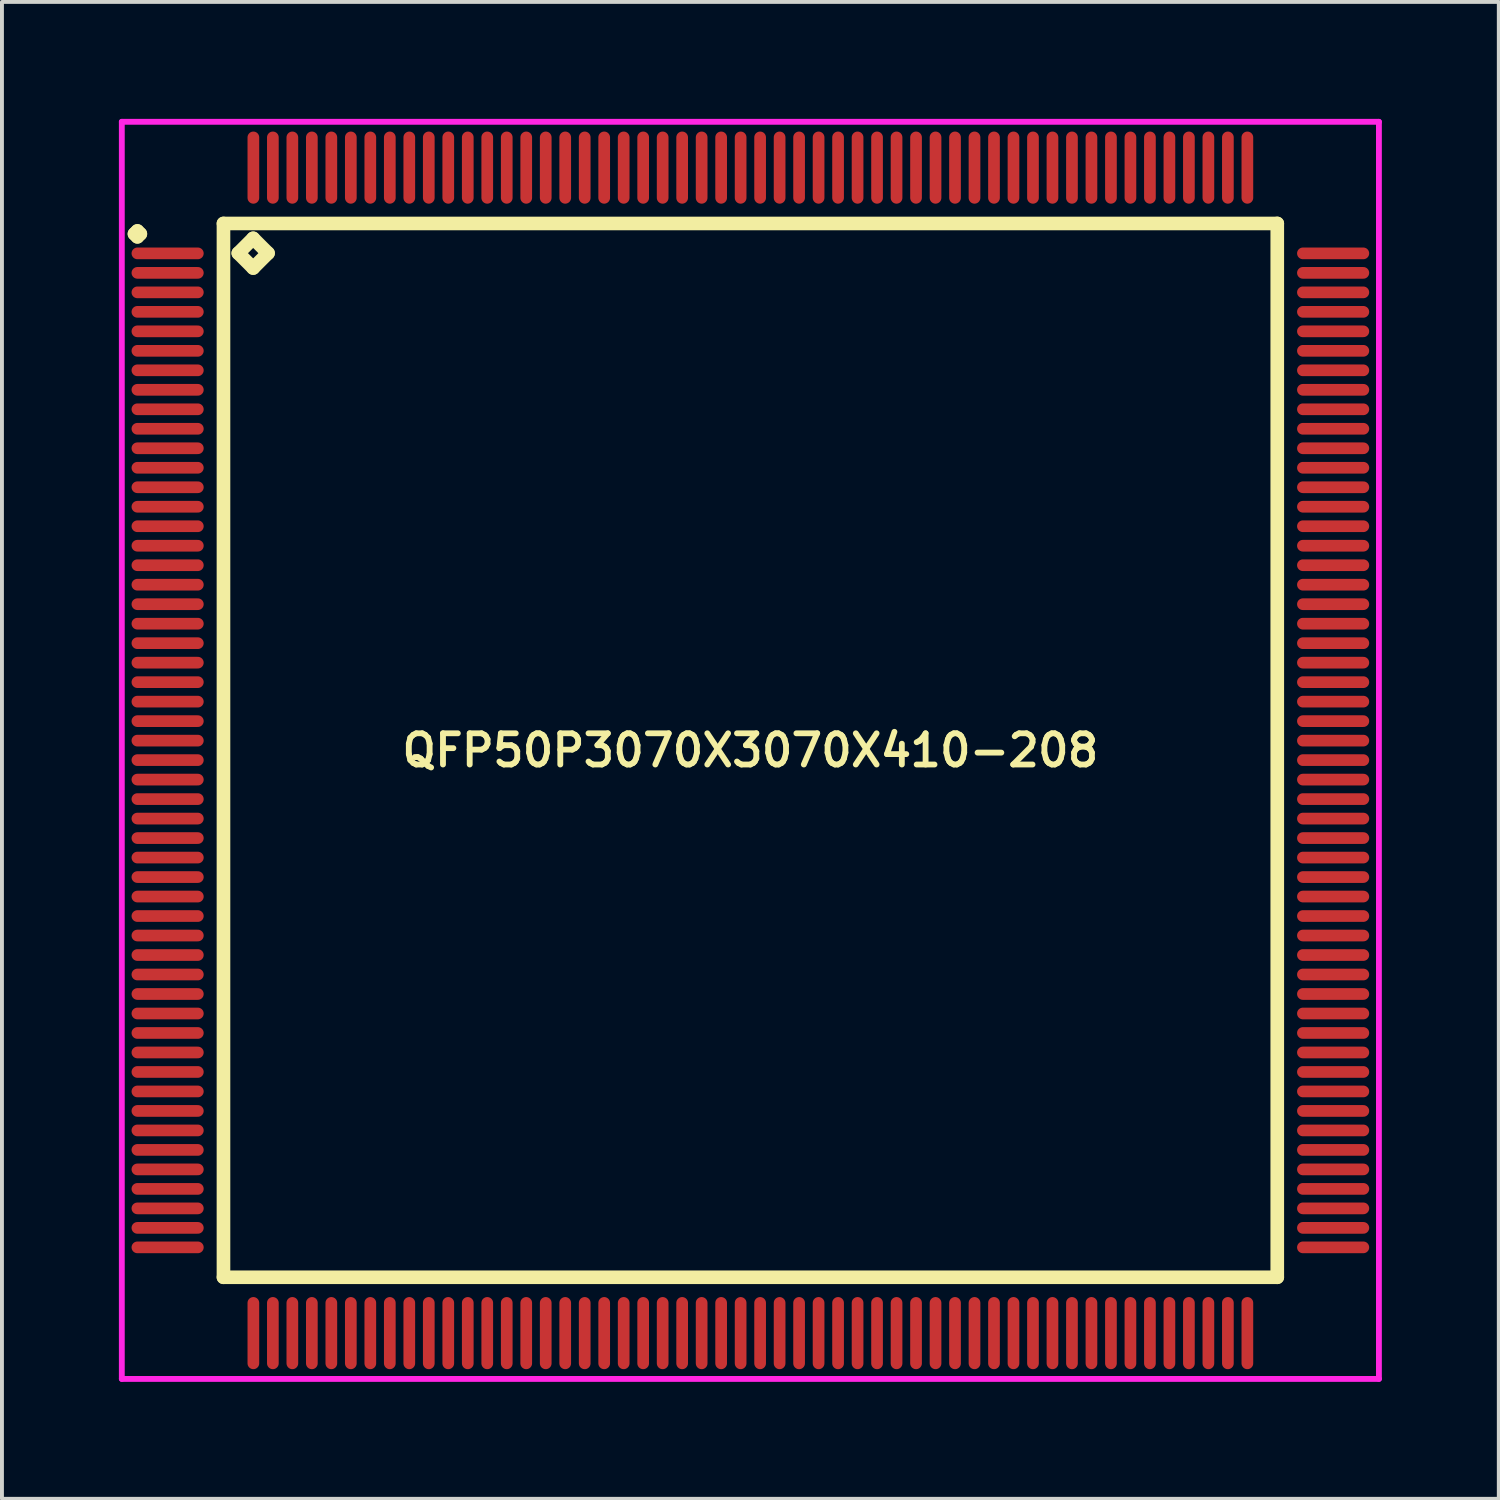
<source format=kicad_pcb>
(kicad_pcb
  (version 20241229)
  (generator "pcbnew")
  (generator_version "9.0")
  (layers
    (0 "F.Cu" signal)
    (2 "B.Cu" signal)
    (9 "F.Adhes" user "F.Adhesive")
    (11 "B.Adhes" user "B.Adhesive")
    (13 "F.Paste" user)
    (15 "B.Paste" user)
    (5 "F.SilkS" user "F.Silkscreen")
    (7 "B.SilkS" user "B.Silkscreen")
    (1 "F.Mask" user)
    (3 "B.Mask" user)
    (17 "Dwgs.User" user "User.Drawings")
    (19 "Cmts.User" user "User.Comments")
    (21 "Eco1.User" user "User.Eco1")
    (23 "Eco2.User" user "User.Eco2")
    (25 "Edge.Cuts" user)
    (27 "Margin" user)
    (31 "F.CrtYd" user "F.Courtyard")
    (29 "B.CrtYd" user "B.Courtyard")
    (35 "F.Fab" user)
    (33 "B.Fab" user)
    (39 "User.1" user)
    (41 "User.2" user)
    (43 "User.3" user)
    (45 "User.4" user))
  (footprint "QFP50P3070X3070X410-208"
    (layer "F.Cu")
    (at 16.2 16.2)
    (property "Reference" "QFP50P3070X3070X410-208" (at 0 0 0) (layer "F.SilkS") (effects (font (size 0.8 0.8) (thickness 0.15))))
    (attr smd)
    (fp_line (start -15.8 -13.25) (end -15.725 -13.325) (stroke (width 0.35) (type solid)) (layer "F.SilkS"))
    (fp_line (start -15.725 -13.325) (end -15.65 -13.25) (stroke (width 0.35) (type solid)) (layer "F.SilkS"))
    (fp_line (start -15.725 -13.175) (end -15.8 -13.25) (stroke (width 0.35) (type solid)) (layer "F.SilkS"))
    (fp_line (start -15.65 -13.25) (end -15.725 -13.175) (stroke (width 0.35) (type solid)) (layer "F.SilkS"))
    (fp_line (start -13.517 -13.517) (end -13.517 13.517) (stroke (width 0.35) (type solid)) (layer "F.SilkS"))
    (fp_line (start -13.517 13.517) (end 13.517 13.517) (stroke (width 0.35) (type solid)) (layer "F.SilkS"))
    (fp_line (start -13.136 -12.755) (end -12.755 -13.136) (stroke (width 0.35) (type solid)) (layer "F.SilkS"))
    (fp_line (start -12.755 -13.136) (end -12.374 -12.755) (stroke (width 0.35) (type solid)) (layer "F.SilkS"))
    (fp_line (start -12.755 -12.374) (end -13.136 -12.755) (stroke (width 0.35) (type solid)) (layer "F.SilkS"))
    (fp_line (start -12.374 -12.755) (end -12.755 -12.374) (stroke (width 0.35) (type solid)) (layer "F.SilkS"))
    (fp_line (start 13.517 -13.517) (end -13.517 -13.517) (stroke (width 0.35) (type solid)) (layer "F.SilkS"))
    (fp_line (start 13.517 13.517) (end 13.517 -13.517) (stroke (width 0.35) (type solid)) (layer "F.SilkS"))
    (fp_line (start -16.125 -16.125) (end 16.125 -16.125) (stroke (width 0.15) (type solid)) (layer "F.CrtYd"))
    (fp_line (start -16.125 16.125) (end -16.125 -16.125) (stroke (width 0.15) (type solid)) (layer "F.CrtYd"))
    (fp_line (start 16.125 -16.125) (end 16.125 16.125) (stroke (width 0.15) (type solid)) (layer "F.CrtYd"))
    (fp_line (start 16.125 16.125) (end -16.125 16.125) (stroke (width 0.15) (type solid)) (layer "F.CrtYd"))
    (pad "1" smd oval (at -14.95 -12.75) (size 1.85 0.3) (layers "F.Cu" "F.Mask" "F.Paste"))
    (pad "2" smd oval (at -14.95 -12.25) (size 1.85 0.3) (layers "F.Cu" "F.Mask" "F.Paste"))
    (pad "3" smd oval (at -14.95 -11.75) (size 1.85 0.3) (layers "F.Cu" "F.Mask" "F.Paste"))
    (pad "4" smd oval (at -14.95 -11.25) (size 1.85 0.3) (layers "F.Cu" "F.Mask" "F.Paste"))
    (pad "5" smd oval (at -14.95 -10.75) (size 1.85 0.3) (layers "F.Cu" "F.Mask" "F.Paste"))
    (pad "6" smd oval (at -14.95 -10.25) (size 1.85 0.3) (layers "F.Cu" "F.Mask" "F.Paste"))
    (pad "7" smd oval (at -14.95 -9.75) (size 1.85 0.3) (layers "F.Cu" "F.Mask" "F.Paste"))
    (pad "8" smd oval (at -14.95 -9.25) (size 1.85 0.3) (layers "F.Cu" "F.Mask" "F.Paste"))
    (pad "9" smd oval (at -14.95 -8.75) (size 1.85 0.3) (layers "F.Cu" "F.Mask" "F.Paste"))
    (pad "10" smd oval (at -14.95 -8.25) (size 1.85 0.3) (layers "F.Cu" "F.Mask" "F.Paste"))
    (pad "11" smd oval (at -14.95 -7.75) (size 1.85 0.3) (layers "F.Cu" "F.Mask" "F.Paste"))
    (pad "12" smd oval (at -14.95 -7.25) (size 1.85 0.3) (layers "F.Cu" "F.Mask" "F.Paste"))
    (pad "13" smd oval (at -14.95 -6.75) (size 1.85 0.3) (layers "F.Cu" "F.Mask" "F.Paste"))
    (pad "14" smd oval (at -14.95 -6.25) (size 1.85 0.3) (layers "F.Cu" "F.Mask" "F.Paste"))
    (pad "15" smd oval (at -14.95 -5.75) (size 1.85 0.3) (layers "F.Cu" "F.Mask" "F.Paste"))
    (pad "16" smd oval (at -14.95 -5.25) (size 1.85 0.3) (layers "F.Cu" "F.Mask" "F.Paste"))
    (pad "17" smd oval (at -14.95 -4.75) (size 1.85 0.3) (layers "F.Cu" "F.Mask" "F.Paste"))
    (pad "18" smd oval (at -14.95 -4.25) (size 1.85 0.3) (layers "F.Cu" "F.Mask" "F.Paste"))
    (pad "19" smd oval (at -14.95 -3.75) (size 1.85 0.3) (layers "F.Cu" "F.Mask" "F.Paste"))
    (pad "20" smd oval (at -14.95 -3.25) (size 1.85 0.3) (layers "F.Cu" "F.Mask" "F.Paste"))
    (pad "21" smd oval (at -14.95 -2.75) (size 1.85 0.3) (layers "F.Cu" "F.Mask" "F.Paste"))
    (pad "22" smd oval (at -14.95 -2.25) (size 1.85 0.3) (layers "F.Cu" "F.Mask" "F.Paste"))
    (pad "23" smd oval (at -14.95 -1.75) (size 1.85 0.3) (layers "F.Cu" "F.Mask" "F.Paste"))
    (pad "24" smd oval (at -14.95 -1.25) (size 1.85 0.3) (layers "F.Cu" "F.Mask" "F.Paste"))
    (pad "25" smd oval (at -14.95 -0.75) (size 1.85 0.3) (layers "F.Cu" "F.Mask" "F.Paste"))
    (pad "26" smd oval (at -14.95 -0.25) (size 1.85 0.3) (layers "F.Cu" "F.Mask" "F.Paste"))
    (pad "27" smd oval (at -14.95 0.25) (size 1.85 0.3) (layers "F.Cu" "F.Mask" "F.Paste"))
    (pad "28" smd oval (at -14.95 0.75) (size 1.85 0.3) (layers "F.Cu" "F.Mask" "F.Paste"))
    (pad "29" smd oval (at -14.95 1.25) (size 1.85 0.3) (layers "F.Cu" "F.Mask" "F.Paste"))
    (pad "30" smd oval (at -14.95 1.75) (size 1.85 0.3) (layers "F.Cu" "F.Mask" "F.Paste"))
    (pad "31" smd oval (at -14.95 2.25) (size 1.85 0.3) (layers "F.Cu" "F.Mask" "F.Paste"))
    (pad "32" smd oval (at -14.95 2.75) (size 1.85 0.3) (layers "F.Cu" "F.Mask" "F.Paste"))
    (pad "33" smd oval (at -14.95 3.25) (size 1.85 0.3) (layers "F.Cu" "F.Mask" "F.Paste"))
    (pad "34" smd oval (at -14.95 3.75) (size 1.85 0.3) (layers "F.Cu" "F.Mask" "F.Paste"))
    (pad "35" smd oval (at -14.95 4.25) (size 1.85 0.3) (layers "F.Cu" "F.Mask" "F.Paste"))
    (pad "36" smd oval (at -14.95 4.75) (size 1.85 0.3) (layers "F.Cu" "F.Mask" "F.Paste"))
    (pad "37" smd oval (at -14.95 5.25) (size 1.85 0.3) (layers "F.Cu" "F.Mask" "F.Paste"))
    (pad "38" smd oval (at -14.95 5.75) (size 1.85 0.3) (layers "F.Cu" "F.Mask" "F.Paste"))
    (pad "39" smd oval (at -14.95 6.25) (size 1.85 0.3) (layers "F.Cu" "F.Mask" "F.Paste"))
    (pad "40" smd oval (at -14.95 6.75) (size 1.85 0.3) (layers "F.Cu" "F.Mask" "F.Paste"))
    (pad "41" smd oval (at -14.95 7.25) (size 1.85 0.3) (layers "F.Cu" "F.Mask" "F.Paste"))
    (pad "42" smd oval (at -14.95 7.75) (size 1.85 0.3) (layers "F.Cu" "F.Mask" "F.Paste"))
    (pad "43" smd oval (at -14.95 8.25) (size 1.85 0.3) (layers "F.Cu" "F.Mask" "F.Paste"))
    (pad "44" smd oval (at -14.95 8.75) (size 1.85 0.3) (layers "F.Cu" "F.Mask" "F.Paste"))
    (pad "45" smd oval (at -14.95 9.25) (size 1.85 0.3) (layers "F.Cu" "F.Mask" "F.Paste"))
    (pad "46" smd oval (at -14.95 9.75) (size 1.85 0.3) (layers "F.Cu" "F.Mask" "F.Paste"))
    (pad "47" smd oval (at -14.95 10.25) (size 1.85 0.3) (layers "F.Cu" "F.Mask" "F.Paste"))
    (pad "48" smd oval (at -14.95 10.75) (size 1.85 0.3) (layers "F.Cu" "F.Mask" "F.Paste"))
    (pad "49" smd oval (at -14.95 11.25) (size 1.85 0.3) (layers "F.Cu" "F.Mask" "F.Paste"))
    (pad "50" smd oval (at -14.95 11.75) (size 1.85 0.3) (layers "F.Cu" "F.Mask" "F.Paste"))
    (pad "51" smd oval (at -14.95 12.25) (size 1.85 0.3) (layers "F.Cu" "F.Mask" "F.Paste"))
    (pad "52" smd oval (at -14.95 12.75) (size 1.85 0.3) (layers "F.Cu" "F.Mask" "F.Paste"))
    (pad "53" smd oval (at -12.75 14.95) (size 0.3 1.85) (layers "F.Cu" "F.Mask" "F.Paste"))
    (pad "54" smd oval (at -12.25 14.95) (size 0.3 1.85) (layers "F.Cu" "F.Mask" "F.Paste"))
    (pad "55" smd oval (at -11.75 14.95) (size 0.3 1.85) (layers "F.Cu" "F.Mask" "F.Paste"))
    (pad "56" smd oval (at -11.25 14.95) (size 0.3 1.85) (layers "F.Cu" "F.Mask" "F.Paste"))
    (pad "57" smd oval (at -10.75 14.95) (size 0.3 1.85) (layers "F.Cu" "F.Mask" "F.Paste"))
    (pad "58" smd oval (at -10.25 14.95) (size 0.3 1.85) (layers "F.Cu" "F.Mask" "F.Paste"))
    (pad "59" smd oval (at -9.75 14.95) (size 0.3 1.85) (layers "F.Cu" "F.Mask" "F.Paste"))
    (pad "60" smd oval (at -9.25 14.95) (size 0.3 1.85) (layers "F.Cu" "F.Mask" "F.Paste"))
    (pad "61" smd oval (at -8.75 14.95) (size 0.3 1.85) (layers "F.Cu" "F.Mask" "F.Paste"))
    (pad "62" smd oval (at -8.25 14.95) (size 0.3 1.85) (layers "F.Cu" "F.Mask" "F.Paste"))
    (pad "63" smd oval (at -7.75 14.95) (size 0.3 1.85) (layers "F.Cu" "F.Mask" "F.Paste"))
    (pad "64" smd oval (at -7.25 14.95) (size 0.3 1.85) (layers "F.Cu" "F.Mask" "F.Paste"))
    (pad "65" smd oval (at -6.75 14.95) (size 0.3 1.85) (layers "F.Cu" "F.Mask" "F.Paste"))
    (pad "66" smd oval (at -6.25 14.95) (size 0.3 1.85) (layers "F.Cu" "F.Mask" "F.Paste"))
    (pad "67" smd oval (at -5.75 14.95) (size 0.3 1.85) (layers "F.Cu" "F.Mask" "F.Paste"))
    (pad "68" smd oval (at -5.25 14.95) (size 0.3 1.85) (layers "F.Cu" "F.Mask" "F.Paste"))
    (pad "69" smd oval (at -4.75 14.95) (size 0.3 1.85) (layers "F.Cu" "F.Mask" "F.Paste"))
    (pad "70" smd oval (at -4.25 14.95) (size 0.3 1.85) (layers "F.Cu" "F.Mask" "F.Paste"))
    (pad "71" smd oval (at -3.75 14.95) (size 0.3 1.85) (layers "F.Cu" "F.Mask" "F.Paste"))
    (pad "72" smd oval (at -3.25 14.95) (size 0.3 1.85) (layers "F.Cu" "F.Mask" "F.Paste"))
    (pad "73" smd oval (at -2.75 14.95) (size 0.3 1.85) (layers "F.Cu" "F.Mask" "F.Paste"))
    (pad "74" smd oval (at -2.25 14.95) (size 0.3 1.85) (layers "F.Cu" "F.Mask" "F.Paste"))
    (pad "75" smd oval (at -1.75 14.95) (size 0.3 1.85) (layers "F.Cu" "F.Mask" "F.Paste"))
    (pad "76" smd oval (at -1.25 14.95) (size 0.3 1.85) (layers "F.Cu" "F.Mask" "F.Paste"))
    (pad "77" smd oval (at -0.75 14.95) (size 0.3 1.85) (layers "F.Cu" "F.Mask" "F.Paste"))
    (pad "78" smd oval (at -0.25 14.95) (size 0.3 1.85) (layers "F.Cu" "F.Mask" "F.Paste"))
    (pad "79" smd oval (at 0.25 14.95) (size 0.3 1.85) (layers "F.Cu" "F.Mask" "F.Paste"))
    (pad "80" smd oval (at 0.75 14.95) (size 0.3 1.85) (layers "F.Cu" "F.Mask" "F.Paste"))
    (pad "81" smd oval (at 1.25 14.95) (size 0.3 1.85) (layers "F.Cu" "F.Mask" "F.Paste"))
    (pad "82" smd oval (at 1.75 14.95) (size 0.3 1.85) (layers "F.Cu" "F.Mask" "F.Paste"))
    (pad "83" smd oval (at 2.25 14.95) (size 0.3 1.85) (layers "F.Cu" "F.Mask" "F.Paste"))
    (pad "84" smd oval (at 2.75 14.95) (size 0.3 1.85) (layers "F.Cu" "F.Mask" "F.Paste"))
    (pad "85" smd oval (at 3.25 14.95) (size 0.3 1.85) (layers "F.Cu" "F.Mask" "F.Paste"))
    (pad "86" smd oval (at 3.75 14.95) (size 0.3 1.85) (layers "F.Cu" "F.Mask" "F.Paste"))
    (pad "87" smd oval (at 4.25 14.95) (size 0.3 1.85) (layers "F.Cu" "F.Mask" "F.Paste"))
    (pad "88" smd oval (at 4.75 14.95) (size 0.3 1.85) (layers "F.Cu" "F.Mask" "F.Paste"))
    (pad "89" smd oval (at 5.25 14.95) (size 0.3 1.85) (layers "F.Cu" "F.Mask" "F.Paste"))
    (pad "90" smd oval (at 5.75 14.95) (size 0.3 1.85) (layers "F.Cu" "F.Mask" "F.Paste"))
    (pad "91" smd oval (at 6.25 14.95) (size 0.3 1.85) (layers "F.Cu" "F.Mask" "F.Paste"))
    (pad "92" smd oval (at 6.75 14.95) (size 0.3 1.85) (layers "F.Cu" "F.Mask" "F.Paste"))
    (pad "93" smd oval (at 7.25 14.95) (size 0.3 1.85) (layers "F.Cu" "F.Mask" "F.Paste"))
    (pad "94" smd oval (at 7.75 14.95) (size 0.3 1.85) (layers "F.Cu" "F.Mask" "F.Paste"))
    (pad "95" smd oval (at 8.25 14.95) (size 0.3 1.85) (layers "F.Cu" "F.Mask" "F.Paste"))
    (pad "96" smd oval (at 8.75 14.95) (size 0.3 1.85) (layers "F.Cu" "F.Mask" "F.Paste"))
    (pad "97" smd oval (at 9.25 14.95) (size 0.3 1.85) (layers "F.Cu" "F.Mask" "F.Paste"))
    (pad "98" smd oval (at 9.75 14.95) (size 0.3 1.85) (layers "F.Cu" "F.Mask" "F.Paste"))
    (pad "99" smd oval (at 10.25 14.95) (size 0.3 1.85) (layers "F.Cu" "F.Mask" "F.Paste"))
    (pad "100" smd oval (at 10.75 14.95) (size 0.3 1.85) (layers "F.Cu" "F.Mask" "F.Paste"))
    (pad "101" smd oval (at 11.25 14.95) (size 0.3 1.85) (layers "F.Cu" "F.Mask" "F.Paste"))
    (pad "102" smd oval (at 11.75 14.95) (size 0.3 1.85) (layers "F.Cu" "F.Mask" "F.Paste"))
    (pad "103" smd oval (at 12.25 14.95) (size 0.3 1.85) (layers "F.Cu" "F.Mask" "F.Paste"))
    (pad "104" smd oval (at 12.75 14.95) (size 0.3 1.85) (layers "F.Cu" "F.Mask" "F.Paste"))
    (pad "105" smd oval (at 14.95 12.75) (size 1.85 0.3) (layers "F.Cu" "F.Mask" "F.Paste"))
    (pad "106" smd oval (at 14.95 12.25) (size 1.85 0.3) (layers "F.Cu" "F.Mask" "F.Paste"))
    (pad "107" smd oval (at 14.95 11.75) (size 1.85 0.3) (layers "F.Cu" "F.Mask" "F.Paste"))
    (pad "108" smd oval (at 14.95 11.25) (size 1.85 0.3) (layers "F.Cu" "F.Mask" "F.Paste"))
    (pad "109" smd oval (at 14.95 10.75) (size 1.85 0.3) (layers "F.Cu" "F.Mask" "F.Paste"))
    (pad "110" smd oval (at 14.95 10.25) (size 1.85 0.3) (layers "F.Cu" "F.Mask" "F.Paste"))
    (pad "111" smd oval (at 14.95 9.75) (size 1.85 0.3) (layers "F.Cu" "F.Mask" "F.Paste"))
    (pad "112" smd oval (at 14.95 9.25) (size 1.85 0.3) (layers "F.Cu" "F.Mask" "F.Paste"))
    (pad "113" smd oval (at 14.95 8.75) (size 1.85 0.3) (layers "F.Cu" "F.Mask" "F.Paste"))
    (pad "114" smd oval (at 14.95 8.25) (size 1.85 0.3) (layers "F.Cu" "F.Mask" "F.Paste"))
    (pad "115" smd oval (at 14.95 7.75) (size 1.85 0.3) (layers "F.Cu" "F.Mask" "F.Paste"))
    (pad "116" smd oval (at 14.95 7.25) (size 1.85 0.3) (layers "F.Cu" "F.Mask" "F.Paste"))
    (pad "117" smd oval (at 14.95 6.75) (size 1.85 0.3) (layers "F.Cu" "F.Mask" "F.Paste"))
    (pad "118" smd oval (at 14.95 6.25) (size 1.85 0.3) (layers "F.Cu" "F.Mask" "F.Paste"))
    (pad "119" smd oval (at 14.95 5.75) (size 1.85 0.3) (layers "F.Cu" "F.Mask" "F.Paste"))
    (pad "120" smd oval (at 14.95 5.25) (size 1.85 0.3) (layers "F.Cu" "F.Mask" "F.Paste"))
    (pad "121" smd oval (at 14.95 4.75) (size 1.85 0.3) (layers "F.Cu" "F.Mask" "F.Paste"))
    (pad "122" smd oval (at 14.95 4.25) (size 1.85 0.3) (layers "F.Cu" "F.Mask" "F.Paste"))
    (pad "123" smd oval (at 14.95 3.75) (size 1.85 0.3) (layers "F.Cu" "F.Mask" "F.Paste"))
    (pad "124" smd oval (at 14.95 3.25) (size 1.85 0.3) (layers "F.Cu" "F.Mask" "F.Paste"))
    (pad "125" smd oval (at 14.95 2.75) (size 1.85 0.3) (layers "F.Cu" "F.Mask" "F.Paste"))
    (pad "126" smd oval (at 14.95 2.25) (size 1.85 0.3) (layers "F.Cu" "F.Mask" "F.Paste"))
    (pad "127" smd oval (at 14.95 1.75) (size 1.85 0.3) (layers "F.Cu" "F.Mask" "F.Paste"))
    (pad "128" smd oval (at 14.95 1.25) (size 1.85 0.3) (layers "F.Cu" "F.Mask" "F.Paste"))
    (pad "129" smd oval (at 14.95 0.75) (size 1.85 0.3) (layers "F.Cu" "F.Mask" "F.Paste"))
    (pad "130" smd oval (at 14.95 0.25) (size 1.85 0.3) (layers "F.Cu" "F.Mask" "F.Paste"))
    (pad "131" smd oval (at 14.95 -0.25) (size 1.85 0.3) (layers "F.Cu" "F.Mask" "F.Paste"))
    (pad "132" smd oval (at 14.95 -0.75) (size 1.85 0.3) (layers "F.Cu" "F.Mask" "F.Paste"))
    (pad "133" smd oval (at 14.95 -1.25) (size 1.85 0.3) (layers "F.Cu" "F.Mask" "F.Paste"))
    (pad "134" smd oval (at 14.95 -1.75) (size 1.85 0.3) (layers "F.Cu" "F.Mask" "F.Paste"))
    (pad "135" smd oval (at 14.95 -2.25) (size 1.85 0.3) (layers "F.Cu" "F.Mask" "F.Paste"))
    (pad "136" smd oval (at 14.95 -2.75) (size 1.85 0.3) (layers "F.Cu" "F.Mask" "F.Paste"))
    (pad "137" smd oval (at 14.95 -3.25) (size 1.85 0.3) (layers "F.Cu" "F.Mask" "F.Paste"))
    (pad "138" smd oval (at 14.95 -3.75) (size 1.85 0.3) (layers "F.Cu" "F.Mask" "F.Paste"))
    (pad "139" smd oval (at 14.95 -4.25) (size 1.85 0.3) (layers "F.Cu" "F.Mask" "F.Paste"))
    (pad "140" smd oval (at 14.95 -4.75) (size 1.85 0.3) (layers "F.Cu" "F.Mask" "F.Paste"))
    (pad "141" smd oval (at 14.95 -5.25) (size 1.85 0.3) (layers "F.Cu" "F.Mask" "F.Paste"))
    (pad "142" smd oval (at 14.95 -5.75) (size 1.85 0.3) (layers "F.Cu" "F.Mask" "F.Paste"))
    (pad "143" smd oval (at 14.95 -6.25) (size 1.85 0.3) (layers "F.Cu" "F.Mask" "F.Paste"))
    (pad "144" smd oval (at 14.95 -6.75) (size 1.85 0.3) (layers "F.Cu" "F.Mask" "F.Paste"))
    (pad "145" smd oval (at 14.95 -7.25) (size 1.85 0.3) (layers "F.Cu" "F.Mask" "F.Paste"))
    (pad "146" smd oval (at 14.95 -7.75) (size 1.85 0.3) (layers "F.Cu" "F.Mask" "F.Paste"))
    (pad "147" smd oval (at 14.95 -8.25) (size 1.85 0.3) (layers "F.Cu" "F.Mask" "F.Paste"))
    (pad "148" smd oval (at 14.95 -8.75) (size 1.85 0.3) (layers "F.Cu" "F.Mask" "F.Paste"))
    (pad "149" smd oval (at 14.95 -9.25) (size 1.85 0.3) (layers "F.Cu" "F.Mask" "F.Paste"))
    (pad "150" smd oval (at 14.95 -9.75) (size 1.85 0.3) (layers "F.Cu" "F.Mask" "F.Paste"))
    (pad "151" smd oval (at 14.95 -10.25) (size 1.85 0.3) (layers "F.Cu" "F.Mask" "F.Paste"))
    (pad "152" smd oval (at 14.95 -10.75) (size 1.85 0.3) (layers "F.Cu" "F.Mask" "F.Paste"))
    (pad "153" smd oval (at 14.95 -11.25) (size 1.85 0.3) (layers "F.Cu" "F.Mask" "F.Paste"))
    (pad "154" smd oval (at 14.95 -11.75) (size 1.85 0.3) (layers "F.Cu" "F.Mask" "F.Paste"))
    (pad "155" smd oval (at 14.95 -12.25) (size 1.85 0.3) (layers "F.Cu" "F.Mask" "F.Paste"))
    (pad "156" smd oval (at 14.95 -12.75) (size 1.85 0.3) (layers "F.Cu" "F.Mask" "F.Paste"))
    (pad "157" smd oval (at 12.75 -14.95) (size 0.3 1.85) (layers "F.Cu" "F.Mask" "F.Paste"))
    (pad "158" smd oval (at 12.25 -14.95) (size 0.3 1.85) (layers "F.Cu" "F.Mask" "F.Paste"))
    (pad "159" smd oval (at 11.75 -14.95) (size 0.3 1.85) (layers "F.Cu" "F.Mask" "F.Paste"))
    (pad "160" smd oval (at 11.25 -14.95) (size 0.3 1.85) (layers "F.Cu" "F.Mask" "F.Paste"))
    (pad "161" smd oval (at 10.75 -14.95) (size 0.3 1.85) (layers "F.Cu" "F.Mask" "F.Paste"))
    (pad "162" smd oval (at 10.25 -14.95) (size 0.3 1.85) (layers "F.Cu" "F.Mask" "F.Paste"))
    (pad "163" smd oval (at 9.75 -14.95) (size 0.3 1.85) (layers "F.Cu" "F.Mask" "F.Paste"))
    (pad "164" smd oval (at 9.25 -14.95) (size 0.3 1.85) (layers "F.Cu" "F.Mask" "F.Paste"))
    (pad "165" smd oval (at 8.75 -14.95) (size 0.3 1.85) (layers "F.Cu" "F.Mask" "F.Paste"))
    (pad "166" smd oval (at 8.25 -14.95) (size 0.3 1.85) (layers "F.Cu" "F.Mask" "F.Paste"))
    (pad "167" smd oval (at 7.75 -14.95) (size 0.3 1.85) (layers "F.Cu" "F.Mask" "F.Paste"))
    (pad "168" smd oval (at 7.25 -14.95) (size 0.3 1.85) (layers "F.Cu" "F.Mask" "F.Paste"))
    (pad "169" smd oval (at 6.75 -14.95) (size 0.3 1.85) (layers "F.Cu" "F.Mask" "F.Paste"))
    (pad "170" smd oval (at 6.25 -14.95) (size 0.3 1.85) (layers "F.Cu" "F.Mask" "F.Paste"))
    (pad "171" smd oval (at 5.75 -14.95) (size 0.3 1.85) (layers "F.Cu" "F.Mask" "F.Paste"))
    (pad "172" smd oval (at 5.25 -14.95) (size 0.3 1.85) (layers "F.Cu" "F.Mask" "F.Paste"))
    (pad "173" smd oval (at 4.75 -14.95) (size 0.3 1.85) (layers "F.Cu" "F.Mask" "F.Paste"))
    (pad "174" smd oval (at 4.25 -14.95) (size 0.3 1.85) (layers "F.Cu" "F.Mask" "F.Paste"))
    (pad "175" smd oval (at 3.75 -14.95) (size 0.3 1.85) (layers "F.Cu" "F.Mask" "F.Paste"))
    (pad "176" smd oval (at 3.25 -14.95) (size 0.3 1.85) (layers "F.Cu" "F.Mask" "F.Paste"))
    (pad "177" smd oval (at 2.75 -14.95) (size 0.3 1.85) (layers "F.Cu" "F.Mask" "F.Paste"))
    (pad "178" smd oval (at 2.25 -14.95) (size 0.3 1.85) (layers "F.Cu" "F.Mask" "F.Paste"))
    (pad "179" smd oval (at 1.75 -14.95) (size 0.3 1.85) (layers "F.Cu" "F.Mask" "F.Paste"))
    (pad "180" smd oval (at 1.25 -14.95) (size 0.3 1.85) (layers "F.Cu" "F.Mask" "F.Paste"))
    (pad "181" smd oval (at 0.75 -14.95) (size 0.3 1.85) (layers "F.Cu" "F.Mask" "F.Paste"))
    (pad "182" smd oval (at 0.25 -14.95) (size 0.3 1.85) (layers "F.Cu" "F.Mask" "F.Paste"))
    (pad "183" smd oval (at -0.25 -14.95) (size 0.3 1.85) (layers "F.Cu" "F.Mask" "F.Paste"))
    (pad "184" smd oval (at -0.75 -14.95) (size 0.3 1.85) (layers "F.Cu" "F.Mask" "F.Paste"))
    (pad "185" smd oval (at -1.25 -14.95) (size 0.3 1.85) (layers "F.Cu" "F.Mask" "F.Paste"))
    (pad "186" smd oval (at -1.75 -14.95) (size 0.3 1.85) (layers "F.Cu" "F.Mask" "F.Paste"))
    (pad "187" smd oval (at -2.25 -14.95) (size 0.3 1.85) (layers "F.Cu" "F.Mask" "F.Paste"))
    (pad "188" smd oval (at -2.75 -14.95) (size 0.3 1.85) (layers "F.Cu" "F.Mask" "F.Paste"))
    (pad "189" smd oval (at -3.25 -14.95) (size 0.3 1.85) (layers "F.Cu" "F.Mask" "F.Paste"))
    (pad "190" smd oval (at -3.75 -14.95) (size 0.3 1.85) (layers "F.Cu" "F.Mask" "F.Paste"))
    (pad "191" smd oval (at -4.25 -14.95) (size 0.3 1.85) (layers "F.Cu" "F.Mask" "F.Paste"))
    (pad "192" smd oval (at -4.75 -14.95) (size 0.3 1.85) (layers "F.Cu" "F.Mask" "F.Paste"))
    (pad "193" smd oval (at -5.25 -14.95) (size 0.3 1.85) (layers "F.Cu" "F.Mask" "F.Paste"))
    (pad "194" smd oval (at -5.75 -14.95) (size 0.3 1.85) (layers "F.Cu" "F.Mask" "F.Paste"))
    (pad "195" smd oval (at -6.25 -14.95) (size 0.3 1.85) (layers "F.Cu" "F.Mask" "F.Paste"))
    (pad "196" smd oval (at -6.75 -14.95) (size 0.3 1.85) (layers "F.Cu" "F.Mask" "F.Paste"))
    (pad "197" smd oval (at -7.25 -14.95) (size 0.3 1.85) (layers "F.Cu" "F.Mask" "F.Paste"))
    (pad "198" smd oval (at -7.75 -14.95) (size 0.3 1.85) (layers "F.Cu" "F.Mask" "F.Paste"))
    (pad "199" smd oval (at -8.25 -14.95) (size 0.3 1.85) (layers "F.Cu" "F.Mask" "F.Paste"))
    (pad "200" smd oval (at -8.75 -14.95) (size 0.3 1.85) (layers "F.Cu" "F.Mask" "F.Paste"))
    (pad "201" smd oval (at -9.25 -14.95) (size 0.3 1.85) (layers "F.Cu" "F.Mask" "F.Paste"))
    (pad "202" smd oval (at -9.75 -14.95) (size 0.3 1.85) (layers "F.Cu" "F.Mask" "F.Paste"))
    (pad "203" smd oval (at -10.25 -14.95) (size 0.3 1.85) (layers "F.Cu" "F.Mask" "F.Paste"))
    (pad "204" smd oval (at -10.75 -14.95) (size 0.3 1.85) (layers "F.Cu" "F.Mask" "F.Paste"))
    (pad "205" smd oval (at -11.25 -14.95) (size 0.3 1.85) (layers "F.Cu" "F.Mask" "F.Paste"))
    (pad "206" smd oval (at -11.75 -14.95) (size 0.3 1.85) (layers "F.Cu" "F.Mask" "F.Paste"))
    (pad "207" smd oval (at -12.25 -14.95) (size 0.3 1.85) (layers "F.Cu" "F.Mask" "F.Paste"))
    (pad "208" smd oval (at -12.75 -14.95) (size 0.3 1.85) (layers "F.Cu" "F.Mask" "F.Paste")))
  (gr_rect
    (start -3 -3)
    (end 35.4 35.4)
    (stroke (width 0.1) (type default))
    (fill no)
    (layer "Edge.Cuts")))
</source>
